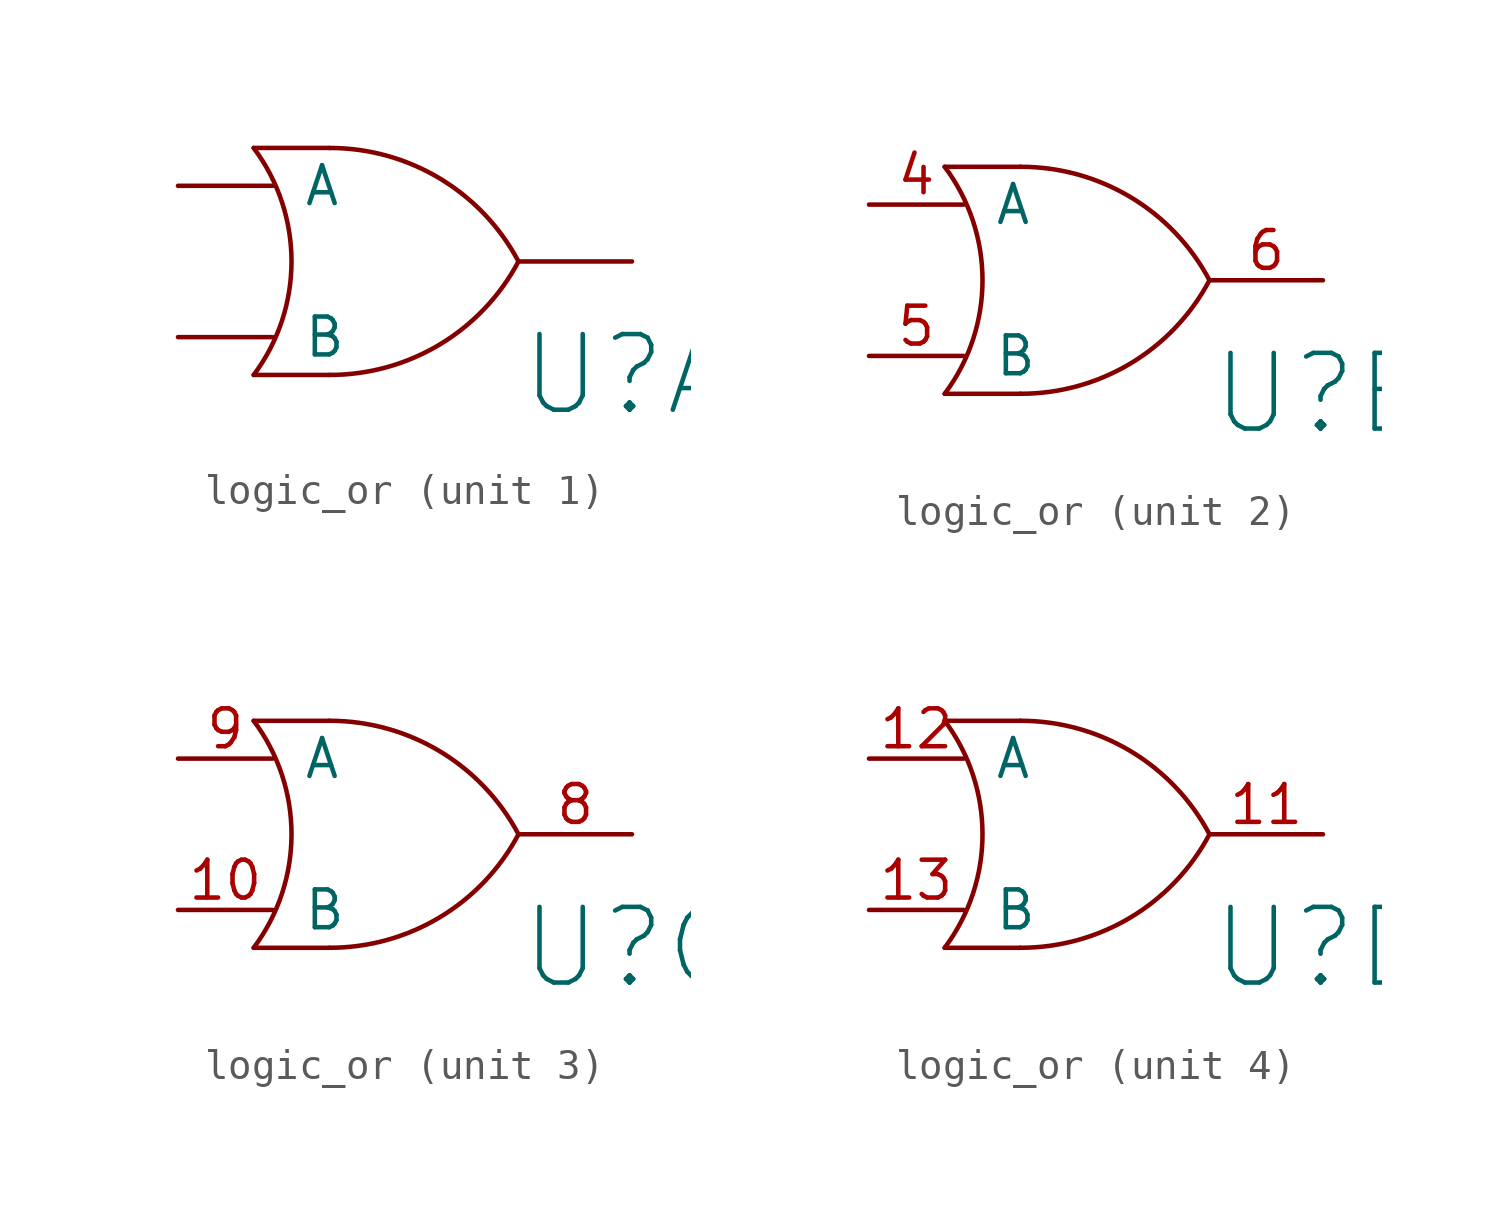
<source format=kicad_sym>
(kicad_symbol_lib
  (version 20231120)
  (generator "kicad_symbol_editor")
  (generator_version "8.0")
  (symbol "logic_or"
    (pin_names
      (offset 1.016))
    (property "Reference" "U"
      (at 11.43 -6.35 0)
      (effects (font (size 2.54 2.54)) (justify left)))
    (symbol "logic_or_0_1"
      (polyline (pts (xy 2.54 -6.35) (xy 5.08 -6.35)) (stroke (width 0) (type default)) (fill (type none)))
      (polyline (pts (xy 5.08 1.27) (xy 2.54 1.27)) (stroke (width 0) (type default)) (fill (type none)))
      (arc (start 2.54 -6.35) (mid 3.81 -2.54) (end 2.54 1.27) (stroke (width 0) (type default)) (fill (type none)))
      (arc (start 5.08 -6.35) (mid 8.784 -5.3291) (end 11.43 -2.54) (stroke (width 0) (type default)) (fill (type none)))
      (arc (start 11.43 -2.54) (mid 8.7865 0.2471) (end 5.08 1.27) (stroke (width 0) (type default)) (fill (type none))))
    (symbol "logic_or_1_1"
      (pin output line (at 15.24 -2.54 180) (length 3.81) (name "" (effects (font (size 1.27 1.27)))) (number "" (effects (font (size 1.27 1.27)))))
      (pin input line (at 0 0 0) (length 3.175) (name "A" (effects (font (size 1.27 1.27)))) (number "" (effects (font (size 1.27 1.27)))))
      (pin input line (at 0 -5.08 0) (length 3.175) (name "B" (effects (font (size 1.27 1.27)))) (number "" (effects (font (size 1.27 1.27))))))
    (symbol "logic_or_2_1"
      (pin input line (at 0 0 0) (length 3.175) (name "A" (effects (font (size 1.27 1.27)))) (number "4" (effects (font (size 1.27 1.27)))))
      (pin input line (at 0 -5.08 0) (length 3.175) (name "B" (effects (font (size 1.27 1.27)))) (number "5" (effects (font (size 1.27 1.27)))))
      (pin output line (at 15.24 -2.54 180) (length 3.81) (name "" (effects (font (size 1.27 1.27)))) (number "6" (effects (font (size 1.27 1.27))))))
    (symbol "logic_or_3_1"
      (pin input line (at 0 -5.08 0) (length 3.175) (name "B" (effects (font (size 1.27 1.27)))) (number "10" (effects (font (size 1.27 1.27)))))
      (pin output line (at 15.24 -2.54 180) (length 3.81) (name "" (effects (font (size 1.27 1.27)))) (number "8" (effects (font (size 1.27 1.27)))))
      (pin input line (at 0 0 0) (length 3.175) (name "A" (effects (font (size 1.27 1.27)))) (number "9" (effects (font (size 1.27 1.27))))))
    (symbol "logic_or_4_1"
      (pin output line (at 15.24 -2.54 180) (length 3.81) (name "" (effects (font (size 1.27 1.27)))) (number "11" (effects (font (size 1.27 1.27)))))
      (pin input line (at 0 0 0) (length 3.175) (name "A" (effects (font (size 1.27 1.27)))) (number "12" (effects (font (size 1.27 1.27)))))
      (pin input line (at 0 -5.08 0) (length 3.175) (name "B" (effects (font (size 1.27 1.27)))) (number "13" (effects (font (size 1.27 1.27))))))))
</source>
